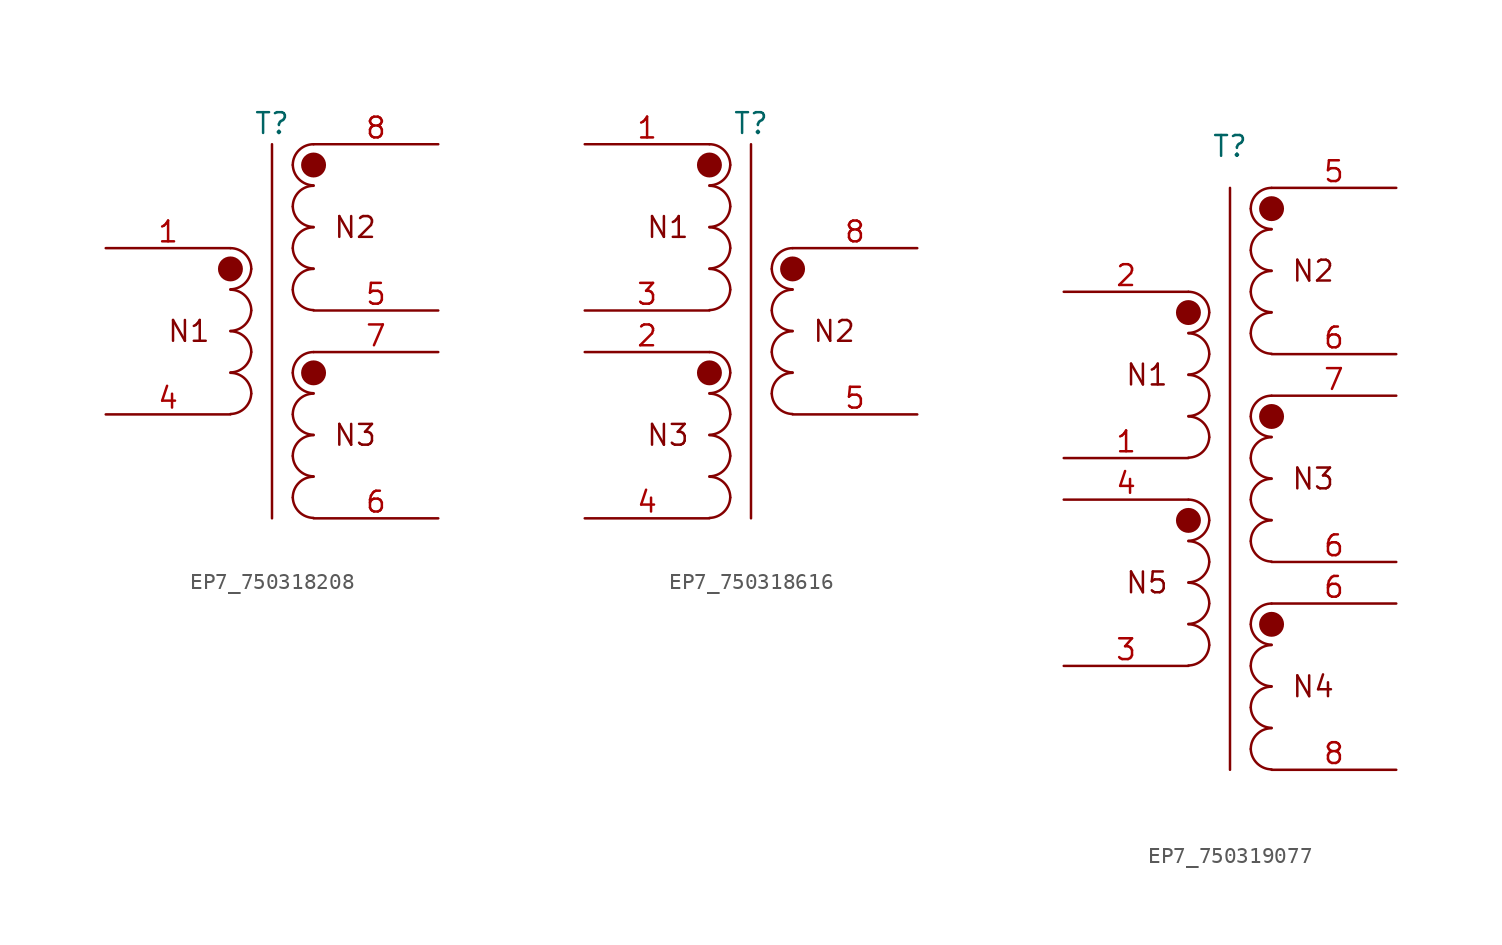
<source format=kicad_sym>
(kicad_symbol_lib
  (version 20220914)
  (generator kicad_symbol_editor)
  (symbol "EP7_750318208"
    (pin_names hide)
    (property "Reference" "T"
      (at 0 12.7 0)
      (effects (font (size 1.27 1.27))))
    (property "Critical Parameter" ""
      (at 0 -5.08 0)
      (effects (font (size 1.27 1.27))))
    (symbol "EP7_750318208_0_1"
      (arc (start -2.54 -5.0546) (mid -1.6561 -4.6863) (end -1.27 -3.81) (stroke (width 0) (type default)) (fill (type none)))
      (arc (start -2.54 -2.5146) (mid -1.6561 -2.1463) (end -1.27 -1.27) (stroke (width 0) (type default)) (fill (type none)))
      (arc (start -2.54 0.0254) (mid -1.6561 0.3937) (end -1.27 1.27) (stroke (width 0) (type default)) (fill (type none)))
      (arc (start -2.54 2.5654) (mid -1.6561 2.9337) (end -1.27 3.81) (stroke (width 0) (type default)) (fill (type none)))
      (arc (start -1.27 -3.81) (mid -1.642 -2.912) (end -2.54 -2.54) (stroke (width 0) (type default)) (fill (type none)))
      (arc (start -1.27 -1.27) (mid -1.642 -0.372) (end -2.54 0) (stroke (width 0) (type default)) (fill (type none)))
      (arc (start -1.27 1.27) (mid -1.642 2.168) (end -2.54 2.54) (stroke (width 0) (type default)) (fill (type none)))
      (arc (start -1.27 3.81) (mid -1.642 4.708) (end -2.54 5.08) (stroke (width 0) (type default)) (fill (type none)))
      (polyline (pts (xy 0 -11.43) (xy 0 11.43)) (stroke (width 0) (type default)) (fill (type none)))
      (arc (start 1.27 -10.16) (mid 1.6561 -11.0363) (end 2.54 -11.4046) (stroke (width 0) (type default)) (fill (type none)))
      (arc (start 1.27 -7.62) (mid 1.6561 -8.4963) (end 2.54 -8.8646) (stroke (width 0) (type default)) (fill (type none)))
      (arc (start 1.27 -5.08) (mid 1.6561 -5.9563) (end 2.54 -6.3246) (stroke (width 0) (type default)) (fill (type none)))
      (arc (start 1.27 -2.54) (mid 1.6561 -3.4163) (end 2.54 -3.7846) (stroke (width 0) (type default)) (fill (type none)))
      (arc (start 1.27 2.54) (mid 1.6561 1.6637) (end 2.54 1.2954) (stroke (width 0) (type default)) (fill (type none)))
      (arc (start 1.27 5.08) (mid 1.6561 4.2037) (end 2.54 3.8354) (stroke (width 0) (type default)) (fill (type none)))
      (arc (start 1.27 7.62) (mid 1.6561 6.7437) (end 2.54 6.3754) (stroke (width 0) (type default)) (fill (type none)))
      (arc (start 1.27 10.16) (mid 1.6561 9.2837) (end 2.54 8.9154) (stroke (width 0) (type default)) (fill (type none)))
      (arc (start 2.54 -8.89) (mid 1.642 -9.262) (end 1.27 -10.16) (stroke (width 0) (type default)) (fill (type none)))
      (arc (start 2.54 -6.35) (mid 1.642 -6.722) (end 1.27 -7.62) (stroke (width 0) (type default)) (fill (type none)))
      (arc (start 2.54 -3.81) (mid 1.642 -4.182) (end 1.27 -5.08) (stroke (width 0) (type default)) (fill (type none)))
      (arc (start 2.54 -1.27) (mid 1.642 -1.642) (end 1.27 -2.54) (stroke (width 0) (type default)) (fill (type none)))
      (arc (start 2.54 3.81) (mid 1.642 3.438) (end 1.27 2.54) (stroke (width 0) (type default)) (fill (type none)))
      (arc (start 2.54 6.35) (mid 1.642 5.978) (end 1.27 5.08) (stroke (width 0) (type default)) (fill (type none)))
      (arc (start 2.54 8.89) (mid 1.642 8.518) (end 1.27 7.62) (stroke (width 0) (type default)) (fill (type none)))
      (arc (start 2.54 11.43) (mid 1.642 11.058) (end 1.27 10.16) (stroke (width 0) (type default)) (fill (type none))))
    (symbol "EP7_750318208_1_1"
      (circle (center -2.54 3.81) (radius 0.0001) (stroke (width 0.762) (type default)) (fill (type none)))
      (circle (center 2.54 -2.54) (radius 0.0001) (stroke (width 0.762) (type default)) (fill (type none)))
      (circle (center 2.54 10.16) (radius 0.0001) (stroke (width 0.762) (type default)) (fill (type none)))
      (text "N1" (at -5.08 0 0) (effects (font (size 1.27 1.27))))
      (text "N2" (at 5.08 6.35 0) (effects (font (size 1.27 1.27))))
      (text "N3" (at 5.08 -6.35 0) (effects (font (size 1.27 1.27))))
      (pin passive line (at -10.16 5.08 0) (length 7.62) (name "1" (effects (font (size 1.27 1.27)))) (number "1" (effects (font (size 1.27 1.27)))))
      (pin passive line (at -10.16 -5.08 0) (length 7.62) (name "4" (effects (font (size 1.27 1.27)))) (number "4" (effects (font (size 1.27 1.27)))))
      (pin passive line (at 10.16 1.27 180) (length 7.62) (name "5" (effects (font (size 1.27 1.27)))) (number "5" (effects (font (size 1.27 1.27)))))
      (pin passive line (at 10.16 -11.43 180) (length 7.62) (name "6" (effects (font (size 1.27 1.27)))) (number "6" (effects (font (size 1.27 1.27)))))
      (pin passive line (at 10.16 -1.27 180) (length 7.62) (name "7" (effects (font (size 1.27 1.27)))) (number "7" (effects (font (size 1.27 1.27)))))
      (pin passive line (at 10.16 11.43 180) (length 7.62) (name "8" (effects (font (size 1.27 1.27)))) (number "8" (effects (font (size 1.27 1.27)))))))
  (symbol "EP7_750318616"
    (pin_names hide)
    (property "Reference" "T"
      (at 0 12.7 0)
      (effects (font (size 1.27 1.27))))
    (property "Critical Parameter" ""
      (at 0 -5.08 0)
      (effects (font (size 1.27 1.27))))
    (symbol "EP7_750318616_0_1"
      (arc (start -2.54 -11.4046) (mid -1.6561 -11.0363) (end -1.27 -10.16) (stroke (width 0) (type default)) (fill (type none)))
      (arc (start -2.54 -8.8646) (mid -1.6561 -8.4963) (end -1.27 -7.62) (stroke (width 0) (type default)) (fill (type none)))
      (arc (start -2.54 -6.3246) (mid -1.6561 -5.9563) (end -1.27 -5.08) (stroke (width 0) (type default)) (fill (type none)))
      (arc (start -2.54 -3.7846) (mid -1.6561 -3.4163) (end -1.27 -2.54) (stroke (width 0) (type default)) (fill (type none)))
      (arc (start -2.54 1.2954) (mid -1.6561 1.6637) (end -1.27 2.54) (stroke (width 0) (type default)) (fill (type none)))
      (arc (start -2.54 3.8354) (mid -1.6561 4.2037) (end -1.27 5.08) (stroke (width 0) (type default)) (fill (type none)))
      (arc (start -2.54 6.3754) (mid -1.6561 6.7437) (end -1.27 7.62) (stroke (width 0) (type default)) (fill (type none)))
      (arc (start -2.54 8.9154) (mid -1.6561 9.2837) (end -1.27 10.16) (stroke (width 0) (type default)) (fill (type none)))
      (arc (start -1.27 -10.16) (mid -1.642 -9.262) (end -2.54 -8.89) (stroke (width 0) (type default)) (fill (type none)))
      (arc (start -1.27 -7.62) (mid -1.642 -6.722) (end -2.54 -6.35) (stroke (width 0) (type default)) (fill (type none)))
      (arc (start -1.27 -5.08) (mid -1.642 -4.182) (end -2.54 -3.81) (stroke (width 0) (type default)) (fill (type none)))
      (arc (start -1.27 -2.54) (mid -1.642 -1.642) (end -2.54 -1.27) (stroke (width 0) (type default)) (fill (type none)))
      (arc (start -1.27 2.54) (mid -1.642 3.438) (end -2.54 3.81) (stroke (width 0) (type default)) (fill (type none)))
      (arc (start -1.27 5.08) (mid -1.642 5.978) (end -2.54 6.35) (stroke (width 0) (type default)) (fill (type none)))
      (arc (start -1.27 7.62) (mid -1.642 8.518) (end -2.54 8.89) (stroke (width 0) (type default)) (fill (type none)))
      (arc (start -1.27 10.16) (mid -1.642 11.058) (end -2.54 11.43) (stroke (width 0) (type default)) (fill (type none)))
      (polyline (pts (xy 0 -11.43) (xy 0 11.43)) (stroke (width 0) (type default)) (fill (type none)))
      (arc (start 1.27 -3.81) (mid 1.6561 -4.6863) (end 2.54 -5.0546) (stroke (width 0) (type default)) (fill (type none)))
      (arc (start 1.27 -1.27) (mid 1.6561 -2.1463) (end 2.54 -2.5146) (stroke (width 0) (type default)) (fill (type none)))
      (arc (start 1.27 1.27) (mid 1.6561 0.3937) (end 2.54 0.0254) (stroke (width 0) (type default)) (fill (type none)))
      (arc (start 1.27 3.81) (mid 1.6561 2.9337) (end 2.54 2.5654) (stroke (width 0) (type default)) (fill (type none)))
      (arc (start 2.54 -2.54) (mid 1.642 -2.912) (end 1.27 -3.81) (stroke (width 0) (type default)) (fill (type none)))
      (arc (start 2.54 0) (mid 1.642 -0.372) (end 1.27 -1.27) (stroke (width 0) (type default)) (fill (type none)))
      (arc (start 2.54 2.54) (mid 1.642 2.168) (end 1.27 1.27) (stroke (width 0) (type default)) (fill (type none)))
      (arc (start 2.54 5.08) (mid 1.642 4.708) (end 1.27 3.81) (stroke (width 0) (type default)) (fill (type none))))
    (symbol "EP7_750318616_1_1"
      (circle (center -2.54 -2.54) (radius 0.0001) (stroke (width 0.762) (type default)) (fill (type none)))
      (circle (center -2.54 10.16) (radius 0.0001) (stroke (width 0.762) (type default)) (fill (type none)))
      (circle (center 2.54 3.81) (radius 0.0001) (stroke (width 0.762) (type default)) (fill (type none)))
      (text "N1" (at -5.08 6.35 0) (effects (font (size 1.27 1.27))))
      (text "N2" (at 5.08 0 0) (effects (font (size 1.27 1.27))))
      (text "N3" (at -5.08 -6.35 0) (effects (font (size 1.27 1.27))))
      (pin passive line (at -10.16 11.43 0) (length 7.62) (name "1" (effects (font (size 1.27 1.27)))) (number "1" (effects (font (size 1.27 1.27)))))
      (pin passive line (at -10.16 -1.27 0) (length 7.62) (name "2" (effects (font (size 1.27 1.27)))) (number "2" (effects (font (size 1.27 1.27)))))
      (pin passive line (at -10.16 1.27 0) (length 7.62) (name "3" (effects (font (size 1.27 1.27)))) (number "3" (effects (font (size 1.27 1.27)))))
      (pin passive line (at -10.16 -11.43 0) (length 7.62) (name "4" (effects (font (size 1.27 1.27)))) (number "4" (effects (font (size 1.27 1.27)))))
      (pin passive line (at 10.16 -5.08 180) (length 7.62) (name "5" (effects (font (size 1.27 1.27)))) (number "5" (effects (font (size 1.27 1.27)))))
      (pin passive line (at 10.16 5.08 180) (length 7.62) (name "8" (effects (font (size 1.27 1.27)))) (number "8" (effects (font (size 1.27 1.27)))))))
  (symbol "EP7_750319077"
    (pin_names hide)
    (property "Reference" "T"
      (at 0 20.32 0)
      (effects (font (size 1.27 1.27))))
    (property "Critical Parameter" ""
      (at 0 -5.08 0)
      (effects (font (size 1.27 1.27))))
    (symbol "EP7_750319077_0_1"
      (arc (start -2.54 -11.4046) (mid -1.6561 -11.0363) (end -1.27 -10.16) (stroke (width 0) (type default)) (fill (type none)))
      (arc (start -2.54 -8.8646) (mid -1.6561 -8.4963) (end -1.27 -7.62) (stroke (width 0) (type default)) (fill (type none)))
      (arc (start -2.54 -6.3246) (mid -1.6561 -5.9563) (end -1.27 -5.08) (stroke (width 0) (type default)) (fill (type none)))
      (arc (start -2.54 -3.7846) (mid -1.6561 -3.4163) (end -1.27 -2.54) (stroke (width 0) (type default)) (fill (type none)))
      (arc (start -2.54 1.2954) (mid -1.6561 1.6637) (end -1.27 2.54) (stroke (width 0) (type default)) (fill (type none)))
      (arc (start -2.54 3.8354) (mid -1.6561 4.2037) (end -1.27 5.08) (stroke (width 0) (type default)) (fill (type none)))
      (arc (start -2.54 6.3754) (mid -1.6561 6.7437) (end -1.27 7.62) (stroke (width 0) (type default)) (fill (type none)))
      (arc (start -2.54 8.9154) (mid -1.6561 9.2837) (end -1.27 10.16) (stroke (width 0) (type default)) (fill (type none)))
      (arc (start -1.27 -10.16) (mid -1.642 -9.262) (end -2.54 -8.89) (stroke (width 0) (type default)) (fill (type none)))
      (arc (start -1.27 -7.62) (mid -1.642 -6.722) (end -2.54 -6.35) (stroke (width 0) (type default)) (fill (type none)))
      (arc (start -1.27 -5.08) (mid -1.642 -4.182) (end -2.54 -3.81) (stroke (width 0) (type default)) (fill (type none)))
      (arc (start -1.27 -2.54) (mid -1.642 -1.642) (end -2.54 -1.27) (stroke (width 0) (type default)) (fill (type none)))
      (arc (start -1.27 2.54) (mid -1.642 3.438) (end -2.54 3.81) (stroke (width 0) (type default)) (fill (type none)))
      (arc (start -1.27 5.08) (mid -1.642 5.978) (end -2.54 6.35) (stroke (width 0) (type default)) (fill (type none)))
      (arc (start -1.27 7.62) (mid -1.642 8.518) (end -2.54 8.89) (stroke (width 0) (type default)) (fill (type none)))
      (arc (start -1.27 10.16) (mid -1.642 11.058) (end -2.54 11.43) (stroke (width 0) (type default)) (fill (type none)))
      (polyline (pts (xy 0 -17.78) (xy 0 17.78)) (stroke (width 0) (type default)) (fill (type none)))
      (arc (start 1.27 -16.51) (mid 1.6561 -17.3863) (end 2.54 -17.7546) (stroke (width 0) (type default)) (fill (type none)))
      (arc (start 1.27 -13.97) (mid 1.6561 -14.8463) (end 2.54 -15.2146) (stroke (width 0) (type default)) (fill (type none)))
      (arc (start 1.27 -11.43) (mid 1.6561 -12.3063) (end 2.54 -12.6746) (stroke (width 0) (type default)) (fill (type none)))
      (arc (start 1.27 -8.89) (mid 1.6561 -9.7663) (end 2.54 -10.1346) (stroke (width 0) (type default)) (fill (type none)))
      (arc (start 1.27 -3.81) (mid 1.6561 -4.6863) (end 2.54 -5.0546) (stroke (width 0) (type default)) (fill (type none)))
      (arc (start 1.27 -1.27) (mid 1.6561 -2.1463) (end 2.54 -2.5146) (stroke (width 0) (type default)) (fill (type none)))
      (arc (start 1.27 1.27) (mid 1.6561 0.3937) (end 2.54 0.0254) (stroke (width 0) (type default)) (fill (type none)))
      (arc (start 1.27 3.81) (mid 1.6561 2.9337) (end 2.54 2.5654) (stroke (width 0) (type default)) (fill (type none)))
      (arc (start 1.27 8.89) (mid 1.6561 8.0137) (end 2.54 7.6454) (stroke (width 0) (type default)) (fill (type none)))
      (arc (start 1.27 11.43) (mid 1.6561 10.5537) (end 2.54 10.1854) (stroke (width 0) (type default)) (fill (type none)))
      (arc (start 1.27 13.97) (mid 1.6561 13.0937) (end 2.54 12.7254) (stroke (width 0) (type default)) (fill (type none)))
      (arc (start 1.27 16.51) (mid 1.6561 15.6337) (end 2.54 15.2654) (stroke (width 0) (type default)) (fill (type none)))
      (arc (start 2.54 -15.24) (mid 1.642 -15.612) (end 1.27 -16.51) (stroke (width 0) (type default)) (fill (type none)))
      (arc (start 2.54 -12.7) (mid 1.642 -13.072) (end 1.27 -13.97) (stroke (width 0) (type default)) (fill (type none)))
      (arc (start 2.54 -10.16) (mid 1.642 -10.532) (end 1.27 -11.43) (stroke (width 0) (type default)) (fill (type none)))
      (arc (start 2.54 -7.62) (mid 1.642 -7.992) (end 1.27 -8.89) (stroke (width 0) (type default)) (fill (type none)))
      (arc (start 2.54 -2.54) (mid 1.642 -2.912) (end 1.27 -3.81) (stroke (width 0) (type default)) (fill (type none)))
      (arc (start 2.54 0) (mid 1.642 -0.372) (end 1.27 -1.27) (stroke (width 0) (type default)) (fill (type none)))
      (arc (start 2.54 2.54) (mid 1.642 2.168) (end 1.27 1.27) (stroke (width 0) (type default)) (fill (type none)))
      (arc (start 2.54 5.08) (mid 1.642 4.708) (end 1.27 3.81) (stroke (width 0) (type default)) (fill (type none)))
      (arc (start 2.54 10.16) (mid 1.642 9.788) (end 1.27 8.89) (stroke (width 0) (type default)) (fill (type none)))
      (arc (start 2.54 12.7) (mid 1.642 12.328) (end 1.27 11.43) (stroke (width 0) (type default)) (fill (type none)))
      (arc (start 2.54 15.24) (mid 1.642 14.868) (end 1.27 13.97) (stroke (width 0) (type default)) (fill (type none)))
      (arc (start 2.54 17.78) (mid 1.642 17.408) (end 1.27 16.51) (stroke (width 0) (type default)) (fill (type none))))
    (symbol "EP7_750319077_1_1"
      (circle (center -2.54 -2.54) (radius 0.0001) (stroke (width 0.762) (type default)) (fill (type none)))
      (circle (center -2.54 10.16) (radius 0.0001) (stroke (width 0.762) (type default)) (fill (type none)))
      (circle (center 2.54 -8.89) (radius 0.0001) (stroke (width 0.762) (type default)) (fill (type none)))
      (circle (center 2.54 3.81) (radius 0.0001) (stroke (width 0.762) (type default)) (fill (type none)))
      (circle (center 2.54 16.51) (radius 0.0001) (stroke (width 0.762) (type default)) (fill (type none)))
      (text "N1" (at -5.08 6.35 0) (effects (font (size 1.27 1.27))))
      (text "N2" (at 5.08 12.7 0) (effects (font (size 1.27 1.27))))
      (text "N3" (at 5.08 0 0) (effects (font (size 1.27 1.27))))
      (text "N4" (at 5.08 -12.7 0) (effects (font (size 1.27 1.27))))
      (text "N5" (at -5.08 -6.35 0) (effects (font (size 1.27 1.27))))
      (pin passive line (at -10.16 1.27 0) (length 7.62) (name "1" (effects (font (size 1.27 1.27)))) (number "1" (effects (font (size 1.27 1.27)))))
      (pin passive line (at -10.16 11.43 0) (length 7.62) (name "2" (effects (font (size 1.27 1.27)))) (number "2" (effects (font (size 1.27 1.27)))))
      (pin passive line (at -10.16 -11.43 0) (length 7.62) (name "3" (effects (font (size 1.27 1.27)))) (number "3" (effects (font (size 1.27 1.27)))))
      (pin passive line (at -10.16 -1.27 0) (length 7.62) (name "4" (effects (font (size 1.27 1.27)))) (number "4" (effects (font (size 1.27 1.27)))))
      (pin passive line (at 10.16 17.78 180) (length 7.62) (name "5" (effects (font (size 1.27 1.27)))) (number "5" (effects (font (size 1.27 1.27)))))
      (pin passive line (at 10.16 -7.62 180) (length 7.62) (name "6" (effects (font (size 1.27 1.27)))) (number "6" (effects (font (size 1.27 1.27)))))
      (pin passive line (at 10.16 -5.08 180) (length 7.62) (name "6" (effects (font (size 1.27 1.27)))) (number "6" (effects (font (size 1.27 1.27)))))
      (pin passive line (at 10.16 7.62 180) (length 7.62) (name "6" (effects (font (size 1.27 1.27)))) (number "6" (effects (font (size 1.27 1.27)))))
      (pin passive line (at 10.16 5.08 180) (length 7.62) (name "7" (effects (font (size 1.27 1.27)))) (number "7" (effects (font (size 1.27 1.27)))))
      (pin passive line (at 10.16 -17.78 180) (length 7.62) (name "8" (effects (font (size 1.27 1.27)))) (number "8" (effects (font (size 1.27 1.27))))))))
</source>
